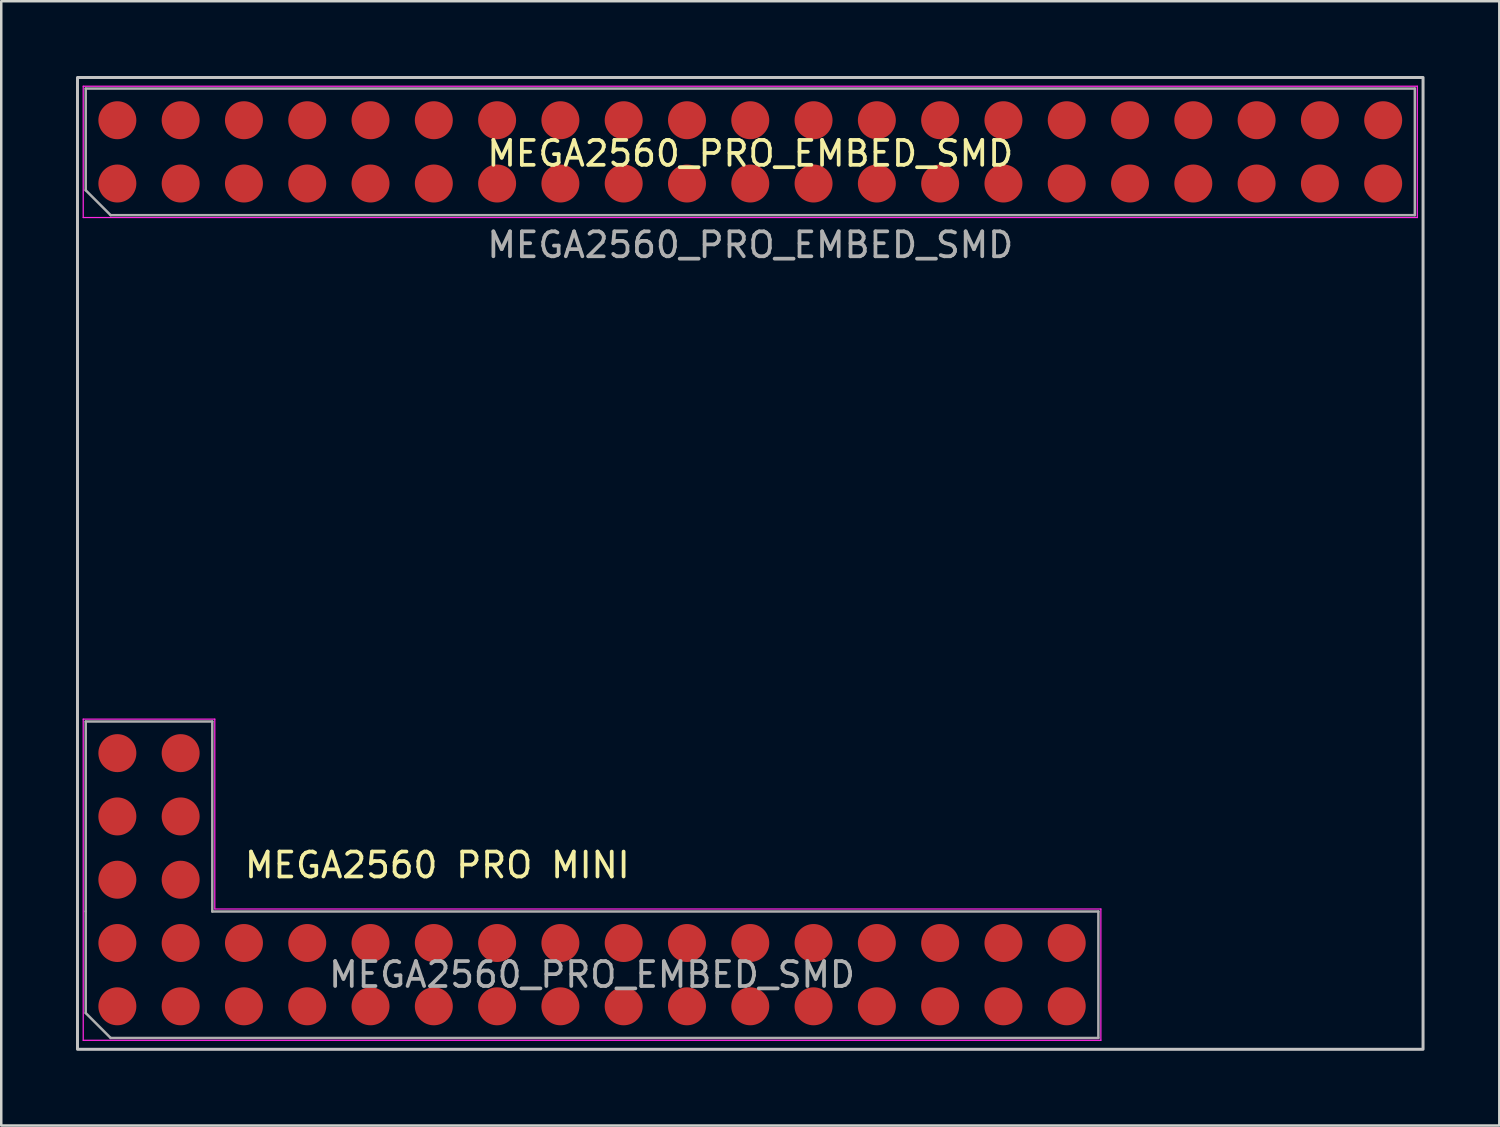
<source format=kicad_pcb>
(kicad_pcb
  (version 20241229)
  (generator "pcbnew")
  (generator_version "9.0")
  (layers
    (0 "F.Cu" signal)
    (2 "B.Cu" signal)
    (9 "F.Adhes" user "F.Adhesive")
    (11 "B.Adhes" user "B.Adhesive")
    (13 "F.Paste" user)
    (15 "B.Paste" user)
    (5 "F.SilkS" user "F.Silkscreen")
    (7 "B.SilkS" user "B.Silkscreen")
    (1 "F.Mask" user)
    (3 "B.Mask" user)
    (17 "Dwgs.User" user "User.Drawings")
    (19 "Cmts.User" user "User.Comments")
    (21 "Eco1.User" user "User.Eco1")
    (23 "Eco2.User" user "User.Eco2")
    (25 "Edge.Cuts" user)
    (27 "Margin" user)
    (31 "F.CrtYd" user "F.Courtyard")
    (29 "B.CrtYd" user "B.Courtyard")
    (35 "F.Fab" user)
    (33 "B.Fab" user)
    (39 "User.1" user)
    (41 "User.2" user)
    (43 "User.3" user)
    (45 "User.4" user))
  (footprint "MEGA2560_PRO_EMBED_SMD"
    (layer "F.Cu")
    (at 27.06 2.92)
    (property "Reference" "MEGA2560_PRO_EMBED_SMD" (at 0 0.19 0) (unlocked yes) (layer "F.SilkS") (effects (font (size 1 1) (thickness 0.15))))
    (attr through_hole)
    (fp_rect (start -27 -2.86) (end 27 36.14) (stroke (width 0.12) (type solid)) (fill no) (layer "Dwgs.User"))
    (fp_line (start -26.77 -2.51) (end -26.77 2.76) (stroke (width 0.05) (type solid)) (layer "F.CrtYd"))
    (fp_line (start -26.77 2.76) (end 26.77 2.76) (stroke (width 0.05) (type solid)) (layer "F.CrtYd"))
    (fp_line (start -26.77 22.89) (end -26.77 35.78) (stroke (width 0.05) (type solid)) (layer "F.CrtYd"))
    (fp_line (start -26.77 35.78) (end 14.07 35.78) (stroke (width 0.05) (type solid)) (layer "F.CrtYd"))
    (fp_line (start -21.49 22.89) (end -26.77 22.89) (stroke (width 0.05) (type solid)) (layer "F.CrtYd"))
    (fp_line (start -21.49 30.51) (end -21.49 22.89) (stroke (width 0.05) (type solid)) (layer "F.CrtYd"))
    (fp_line (start 14.07 30.51) (end -21.48 30.51) (stroke (width 0.05) (type solid)) (layer "F.CrtYd"))
    (fp_line (start 14.07 35.78) (end 14.07 30.51) (stroke (width 0.05) (type solid)) (layer "F.CrtYd"))
    (fp_line (start 26.77 -2.51) (end -26.77 -2.51) (stroke (width 0.05) (type solid)) (layer "F.CrtYd"))
    (fp_line (start 26.77 2.76) (end 26.77 -2.51) (stroke (width 0.05) (type solid)) (layer "F.CrtYd"))
    (fp_line (start -26.67 -2.415) (end -26.67 1.665) (stroke (width 0.1) (type solid)) (layer "F.Fab"))
    (fp_line (start -26.67 1.665) (end -25.67 2.665) (stroke (width 0.1) (type solid)) (layer "F.Fab"))
    (fp_line (start -26.67 22.985) (end -26.67 30.605) (stroke (width 0.1) (type solid)) (layer "F.Fab"))
    (fp_line (start -26.67 30.605) (end -26.67 34.685) (stroke (width 0.1) (type solid)) (layer "F.Fab"))
    (fp_line (start -26.67 34.685) (end -25.67 35.685) (stroke (width 0.1) (type solid)) (layer "F.Fab"))
    (fp_line (start -25.67 2.665) (end 26.67 2.665) (stroke (width 0.1) (type solid)) (layer "F.Fab"))
    (fp_line (start -25.67 35.685) (end 13.97 35.685) (stroke (width 0.1) (type solid)) (layer "F.Fab"))
    (fp_line (start -21.59 22.985) (end -26.67 22.985) (stroke (width 0.1) (type solid)) (layer "F.Fab"))
    (fp_line (start -21.59 30.61) (end -21.59 22.985) (stroke (width 0.1) (type solid)) (layer "F.Fab"))
    (fp_line (start 13.97 30.61) (end -21.59 30.61) (stroke (width 0.1) (type solid)) (layer "F.Fab"))
    (fp_line (start 13.97 35.68) (end 13.97 30.61) (stroke (width 0.1) (type solid)) (layer "F.Fab"))
    (fp_line (start 26.67 -2.415) (end -26.67 -2.415) (stroke (width 0.1) (type solid)) (layer "F.Fab"))
    (fp_line (start 26.67 2.665) (end 26.67 -2.415) (stroke (width 0.1) (type solid)) (layer "F.Fab"))
    (fp_text user "MEGA2560 PRO MINI" (at -12.56 28.75 0) (layer "F.SilkS") (effects (font (size 1 1) (thickness 0.15))))
    (fp_text user "${REFERENCE}" (at 0 3.86 0) (layer "F.Fab") (effects (font (size 1 1) (thickness 0.15))))
    (fp_text user "${REFERENCE}" (at -6.35 33.145 0) (layer "F.Fab") (effects (font (size 1 1) (thickness 0.15))))
    (pad "1" smd circle (at -25.4 1.395) (size 1.524 1.524) (layers "F.Cu" "F.Mask" "F.Paste"))
    (pad "2" smd circle (at -25.4 -1.145) (size 1.524 1.524) (layers "F.Cu" "F.Mask" "F.Paste"))
    (pad "3" smd circle (at -22.86 1.395) (size 1.524 1.524) (layers "F.Cu" "F.Mask" "F.Paste"))
    (pad "4" smd circle (at -22.86 -1.145) (size 1.524 1.524) (layers "F.Cu" "F.Mask" "F.Paste"))
    (pad "5" smd circle (at -20.32 1.395) (size 1.524 1.524) (layers "F.Cu" "F.Mask" "F.Paste"))
    (pad "6" smd circle (at -20.32 -1.145) (size 1.524 1.524) (layers "F.Cu" "F.Mask" "F.Paste"))
    (pad "7" smd circle (at -17.78 1.395) (size 1.524 1.524) (layers "F.Cu" "F.Mask" "F.Paste"))
    (pad "8" smd circle (at -17.78 -1.145) (size 1.524 1.524) (layers "F.Cu" "F.Mask" "F.Paste"))
    (pad "9" smd circle (at -15.24 1.395) (size 1.524 1.524) (layers "F.Cu" "F.Mask" "F.Paste"))
    (pad "10" smd circle (at -15.24 -1.145) (size 1.524 1.524) (layers "F.Cu" "F.Mask" "F.Paste"))
    (pad "11" smd circle (at -12.7 1.395) (size 1.524 1.524) (layers "F.Cu" "F.Mask" "F.Paste"))
    (pad "12" smd circle (at -12.7 -1.145) (size 1.524 1.524) (layers "F.Cu" "F.Mask" "F.Paste"))
    (pad "13" smd circle (at -10.16 1.395) (size 1.524 1.524) (layers "F.Cu" "F.Mask" "F.Paste"))
    (pad "14" smd circle (at -10.16 -1.145) (size 1.524 1.524) (layers "F.Cu" "F.Mask" "F.Paste"))
    (pad "15" smd circle (at -7.62 1.395) (size 1.524 1.524) (layers "F.Cu" "F.Mask" "F.Paste"))
    (pad "16" smd circle (at -7.62 -1.145) (size 1.524 1.524) (layers "F.Cu" "F.Mask" "F.Paste"))
    (pad "17" smd circle (at -5.08 1.395) (size 1.524 1.524) (layers "F.Cu" "F.Mask" "F.Paste"))
    (pad "18" smd circle (at -5.08 -1.145) (size 1.524 1.524) (layers "F.Cu" "F.Mask" "F.Paste"))
    (pad "19" smd circle (at -2.54 1.395) (size 1.524 1.524) (layers "F.Cu" "F.Mask" "F.Paste"))
    (pad "20" smd circle (at -2.54 -1.145) (size 1.524 1.524) (layers "F.Cu" "F.Mask" "F.Paste"))
    (pad "21" smd circle (at 0 1.395) (size 1.524 1.524) (layers "F.Cu" "F.Mask" "F.Paste"))
    (pad "22" smd circle (at 0 -1.145) (size 1.524 1.524) (layers "F.Cu" "F.Mask" "F.Paste"))
    (pad "23" smd circle (at 2.54 1.395) (size 1.524 1.524) (layers "F.Cu" "F.Mask" "F.Paste"))
    (pad "24" smd circle (at 2.54 -1.145) (size 1.524 1.524) (layers "F.Cu" "F.Mask" "F.Paste"))
    (pad "25" smd circle (at 5.08 1.395) (size 1.524 1.524) (layers "F.Cu" "F.Mask" "F.Paste"))
    (pad "26" smd circle (at 5.08 -1.145) (size 1.524 1.524) (layers "F.Cu" "F.Mask" "F.Paste"))
    (pad "27" smd circle (at 7.62 1.395) (size 1.524 1.524) (layers "F.Cu" "F.Mask" "F.Paste"))
    (pad "28" smd circle (at 7.62 -1.145) (size 1.524 1.524) (layers "F.Cu" "F.Mask" "F.Paste"))
    (pad "29" smd circle (at 10.16 1.395) (size 1.524 1.524) (layers "F.Cu" "F.Mask" "F.Paste"))
    (pad "30" smd circle (at 10.16 -1.145) (size 1.524 1.524) (layers "F.Cu" "F.Mask" "F.Paste"))
    (pad "31" smd circle (at 12.7 1.395) (size 1.524 1.524) (layers "F.Cu" "F.Mask" "F.Paste"))
    (pad "32" smd circle (at 12.7 -1.145) (size 1.524 1.524) (layers "F.Cu" "F.Mask" "F.Paste"))
    (pad "33" smd circle (at 15.24 1.395) (size 1.524 1.524) (layers "F.Cu" "F.Mask" "F.Paste"))
    (pad "34" smd circle (at 15.24 -1.145) (size 1.524 1.524) (layers "F.Cu" "F.Mask" "F.Paste"))
    (pad "35" smd circle (at 17.78 1.395) (size 1.524 1.524) (layers "F.Cu" "F.Mask" "F.Paste"))
    (pad "36" smd circle (at 17.78 -1.145) (size 1.524 1.524) (layers "F.Cu" "F.Mask" "F.Paste"))
    (pad "37" smd circle (at 20.32 1.395) (size 1.524 1.524) (layers "F.Cu" "F.Mask" "F.Paste"))
    (pad "38" smd circle (at 20.32 -1.145) (size 1.524 1.524) (layers "F.Cu" "F.Mask" "F.Paste"))
    (pad "39" smd circle (at 22.86 1.395) (size 1.524 1.524) (layers "F.Cu" "F.Mask" "F.Paste"))
    (pad "40" smd circle (at 22.86 -1.145) (size 1.524 1.524) (layers "F.Cu" "F.Mask" "F.Paste"))
    (pad "41" smd circle (at 25.4 1.395) (size 1.524 1.524) (layers "F.Cu" "F.Mask" "F.Paste"))
    (pad "42" smd circle (at 25.4 -1.145) (size 1.524 1.524) (layers "F.Cu" "F.Mask" "F.Paste"))
    (pad "43" smd circle (at -25.4 34.415) (size 1.524 1.524) (layers "F.Cu" "F.Mask" "F.Paste"))
    (pad "44" smd circle (at -25.4 31.875) (size 1.524 1.524) (layers "F.Cu" "F.Mask" "F.Paste"))
    (pad "45" smd circle (at -22.86 34.415) (size 1.524 1.524) (layers "F.Cu" "F.Mask" "F.Paste"))
    (pad "46" smd circle (at -22.86 31.875) (size 1.524 1.524) (layers "F.Cu" "F.Mask" "F.Paste"))
    (pad "47" smd circle (at -20.32 34.415) (size 1.524 1.524) (layers "F.Cu" "F.Mask" "F.Paste"))
    (pad "48" smd circle (at -20.32 31.875) (size 1.524 1.524) (layers "F.Cu" "F.Mask" "F.Paste"))
    (pad "49" smd circle (at -17.78 34.415) (size 1.524 1.524) (layers "F.Cu" "F.Mask" "F.Paste"))
    (pad "50" smd circle (at -17.78 31.875) (size 1.524 1.524) (layers "F.Cu" "F.Mask" "F.Paste"))
    (pad "51" smd circle (at -15.24 34.415) (size 1.524 1.524) (layers "F.Cu" "F.Mask" "F.Paste"))
    (pad "52" smd circle (at -15.24 31.875) (size 1.524 1.524) (layers "F.Cu" "F.Mask" "F.Paste"))
    (pad "53" smd circle (at -12.7 34.415) (size 1.524 1.524) (layers "F.Cu" "F.Mask" "F.Paste"))
    (pad "54" smd circle (at -12.7 31.875) (size 1.524 1.524) (layers "F.Cu" "F.Mask" "F.Paste"))
    (pad "55" smd circle (at -10.16 34.415) (size 1.524 1.524) (layers "F.Cu" "F.Mask" "F.Paste"))
    (pad "56" smd circle (at -10.16 31.875) (size 1.524 1.524) (layers "F.Cu" "F.Mask" "F.Paste"))
    (pad "57" smd circle (at -7.62 34.415) (size 1.524 1.524) (layers "F.Cu" "F.Mask" "F.Paste"))
    (pad "58" smd circle (at -7.62 31.875) (size 1.524 1.524) (layers "F.Cu" "F.Mask" "F.Paste"))
    (pad "59" smd circle (at -5.08 34.415) (size 1.524 1.524) (layers "F.Cu" "F.Mask" "F.Paste"))
    (pad "60" smd circle (at -5.08 31.875) (size 1.524 1.524) (layers "F.Cu" "F.Mask" "F.Paste"))
    (pad "61" smd circle (at -2.54 34.415) (size 1.524 1.524) (layers "F.Cu" "F.Mask" "F.Paste"))
    (pad "62" smd circle (at -2.54 31.875) (size 1.524 1.524) (layers "F.Cu" "F.Mask" "F.Paste"))
    (pad "63" smd circle (at 0 34.415) (size 1.524 1.524) (layers "F.Cu" "F.Mask" "F.Paste"))
    (pad "64" smd circle (at 0 31.875) (size 1.524 1.524) (layers "F.Cu" "F.Mask" "F.Paste"))
    (pad "65" smd circle (at 2.54 34.415) (size 1.524 1.524) (layers "F.Cu" "F.Mask" "F.Paste"))
    (pad "66" smd circle (at 2.54 31.875) (size 1.524 1.524) (layers "F.Cu" "F.Mask" "F.Paste"))
    (pad "67" smd circle (at 5.08 34.415) (size 1.524 1.524) (layers "F.Cu" "F.Mask" "F.Paste"))
    (pad "68" smd circle (at 5.08 31.875) (size 1.524 1.524) (layers "F.Cu" "F.Mask" "F.Paste"))
    (pad "69" smd circle (at 7.62 34.415) (size 1.524 1.524) (layers "F.Cu" "F.Mask" "F.Paste"))
    (pad "70" smd circle (at 7.62 31.875) (size 1.524 1.524) (layers "F.Cu" "F.Mask" "F.Paste"))
    (pad "71" smd circle (at 10.16 34.415) (size 1.524 1.524) (layers "F.Cu" "F.Mask" "F.Paste"))
    (pad "72" smd circle (at 10.16 31.875) (size 1.524 1.524) (layers "F.Cu" "F.Mask" "F.Paste"))
    (pad "73" smd circle (at 12.7 34.415) (size 1.524 1.524) (layers "F.Cu" "F.Mask" "F.Paste"))
    (pad "74" smd circle (at 12.7 31.875) (size 1.524 1.524) (layers "F.Cu" "F.Mask" "F.Paste"))
    (pad "75" smd circle (at -22.86 29.335) (size 1.524 1.524) (layers "F.Cu" "F.Mask" "F.Paste"))
    (pad "76" smd circle (at -25.4 29.335) (size 1.524 1.524) (layers "F.Cu" "F.Mask" "F.Paste"))
    (pad "77" smd circle (at -22.86 26.795) (size 1.524 1.524) (layers "F.Cu" "F.Mask" "F.Paste"))
    (pad "78" smd circle (at -25.4 26.795) (size 1.524 1.524) (layers "F.Cu" "F.Mask" "F.Paste"))
    (pad "79" smd circle (at -22.86 24.255) (size 1.524 1.524) (layers "F.Cu" "F.Mask" "F.Paste"))
    (pad "80" smd circle (at -25.4 24.255) (size 1.524 1.524) (layers "F.Cu" "F.Mask" "F.Paste")))
  (gr_rect
    (start -3 -3)
    (end 57.12 42.12)
    (stroke (width 0.1) (type default))
    (fill no)
    (layer "Edge.Cuts")))
</source>
